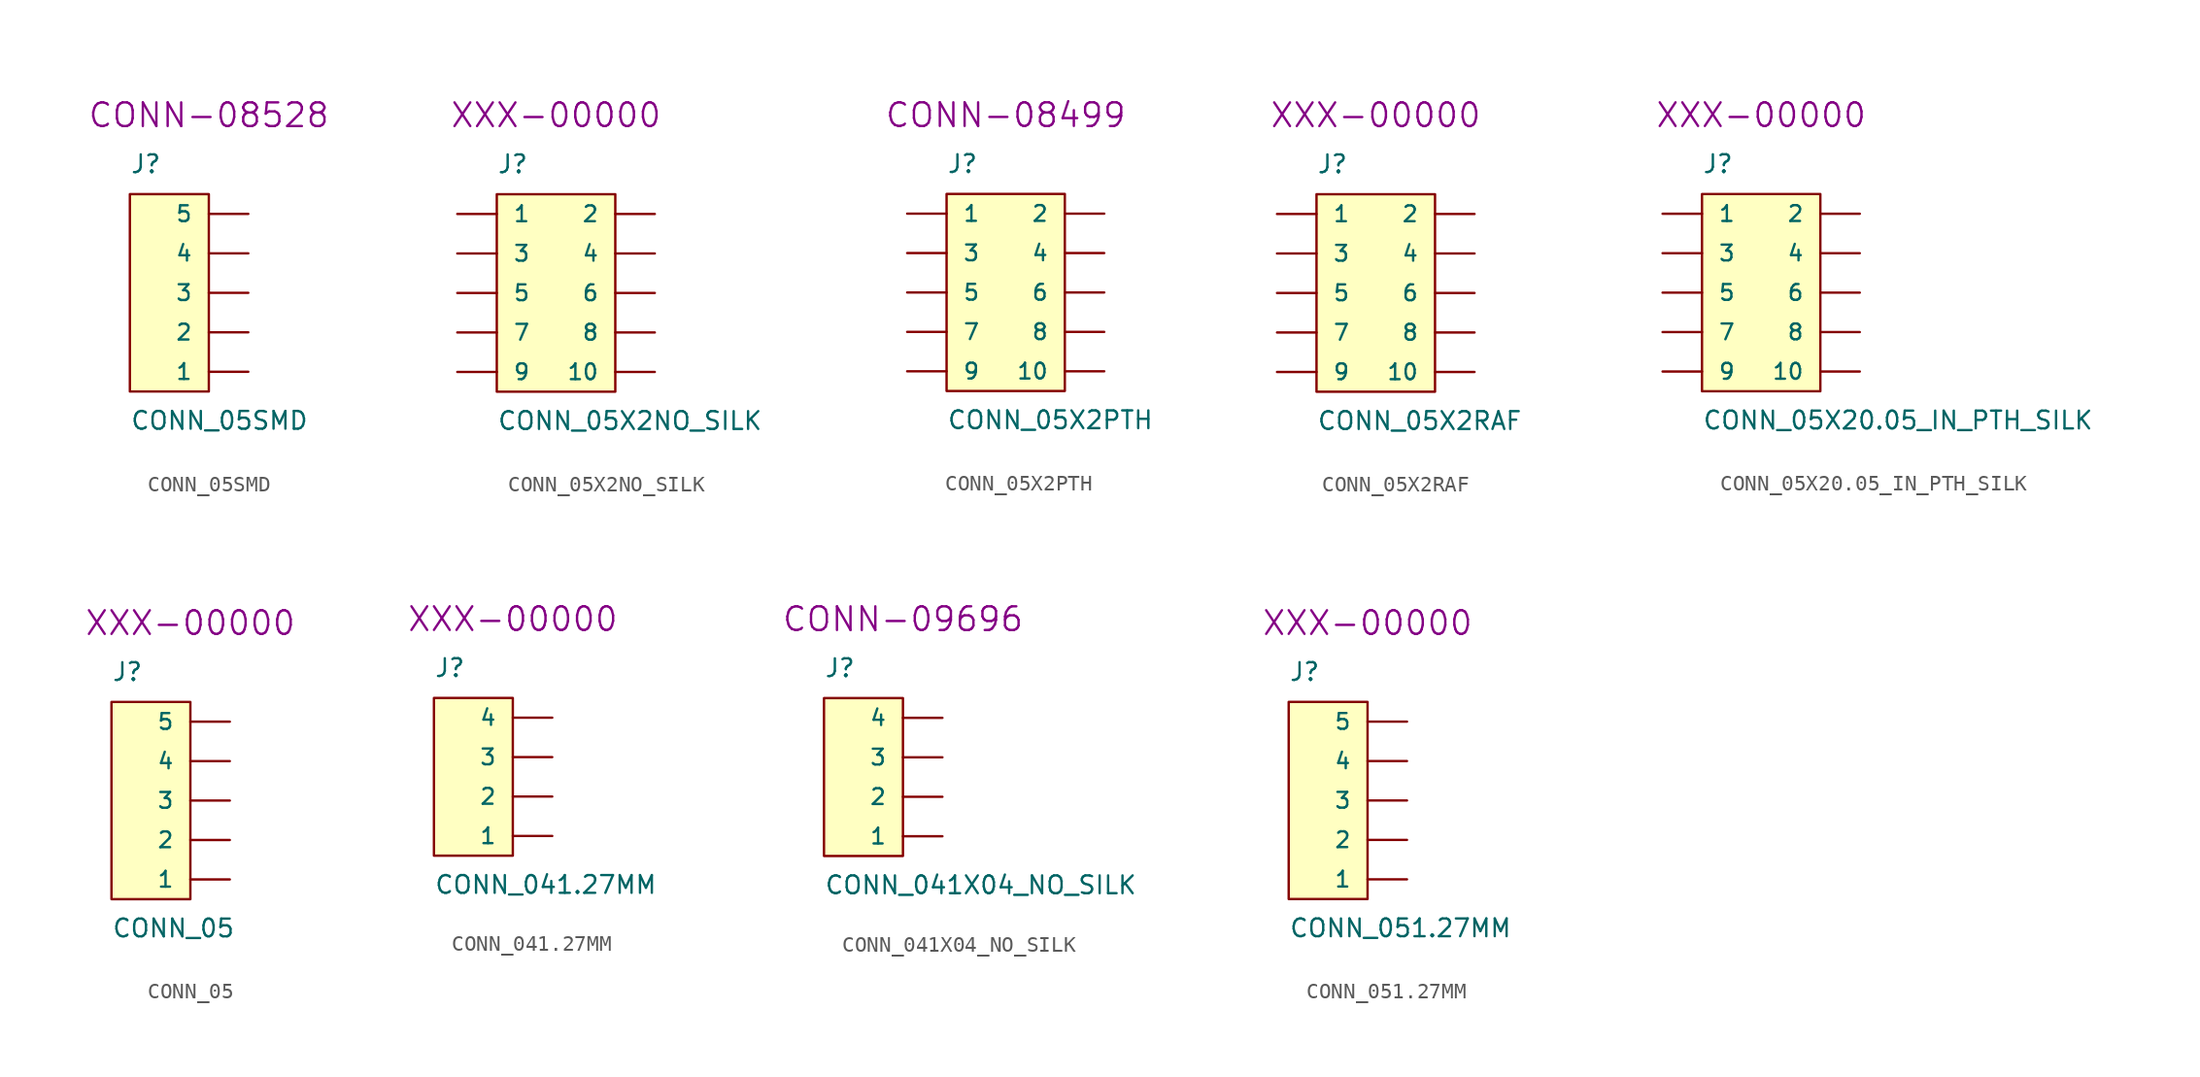
<source format=kicad_sym>
(kicad_symbol_lib
  (version 20220914)
  (generator kicad_symbol_editor)
  (symbol "CONN_05SMD"
    (pin_numbers hide)
    (pin_names
      (offset 1.016))
    (property "Reference" "J"
      (at -5.08 12.7 0)
      (effects (font (size 1.143 1.143)) (justify left bottom)))
    (property "Value" "CONN_05SMD"
      (at -5.08 -3.81 0)
      (effects (font (size 1.143 1.143)) (justify left bottom)))
    (property "Field4" "CONN-08528"
      (at 0 16.51 0)
      (effects (font (size 1.524 1.524))))
    (property "ki_locked" ""
      (at 0 0 0)
      (effects (font (size 1.27 1.27))))
    (symbol "CONN_05SMD_0_1"
      (rectangle (start 0 -1.27) (end -5.08 11.43) (stroke (width 0) (type solid)) (fill (type background))))
    (symbol "CONN_05SMD_1_1"
      (pin passive line (at 2.54 0 180) (length 2.54) (name "1" (effects (font (size 1.016 1.016)))) (number "1" (effects (font (size 1.016 1.016)))))
      (pin passive line (at 2.54 2.54 180) (length 2.54) (name "2" (effects (font (size 1.016 1.016)))) (number "2" (effects (font (size 1.016 1.016)))))
      (pin passive line (at 2.54 5.08 180) (length 2.54) (name "3" (effects (font (size 1.016 1.016)))) (number "3" (effects (font (size 1.016 1.016)))))
      (pin passive line (at 2.54 7.62 180) (length 2.54) (name "4" (effects (font (size 1.016 1.016)))) (number "4" (effects (font (size 1.016 1.016)))))
      (pin passive line (at 2.54 10.16 180) (length 2.54) (name "5" (effects (font (size 1.016 1.016)))) (number "5" (effects (font (size 1.016 1.016)))))))
  (symbol "CONN_05X2NO_SILK"
    (pin_numbers hide)
    (pin_names
      (offset 1.016))
    (property "Reference" "J"
      (at -3.81 7.62 0)
      (effects (font (size 1.143 1.143)) (justify left bottom)))
    (property "Value" "CONN_05X2NO_SILK"
      (at -3.81 -8.89 0)
      (effects (font (size 1.143 1.143)) (justify left bottom)))
    (property "Field4" "XXX-00000"
      (at 0 11.43 0)
      (effects (font (size 1.524 1.524))))
    (property "ki_locked" ""
      (at 0 0 0)
      (effects (font (size 1.27 1.27))))
    (symbol "CONN_05X2NO_SILK_0_1"
      (rectangle (start 3.81 -6.35) (end -3.81 6.35) (stroke (width 0) (type solid)) (fill (type background))))
    (symbol "CONN_05X2NO_SILK_1_1"
      (pin passive line (at -6.35 5.08 0) (length 2.54) (name "1" (effects (font (size 1.016 1.016)))) (number "1" (effects (font (size 1.016 1.016)))))
      (pin passive line (at 6.35 -5.08 180) (length 2.54) (name "10" (effects (font (size 1.016 1.016)))) (number "10" (effects (font (size 1.016 1.016)))))
      (pin passive line (at 6.35 5.08 180) (length 2.54) (name "2" (effects (font (size 1.016 1.016)))) (number "2" (effects (font (size 1.016 1.016)))))
      (pin passive line (at -6.35 2.54 0) (length 2.54) (name "3" (effects (font (size 1.016 1.016)))) (number "3" (effects (font (size 1.016 1.016)))))
      (pin passive line (at 6.35 2.54 180) (length 2.54) (name "4" (effects (font (size 1.016 1.016)))) (number "4" (effects (font (size 1.016 1.016)))))
      (pin passive line (at -6.35 0 0) (length 2.54) (name "5" (effects (font (size 1.016 1.016)))) (number "5" (effects (font (size 1.016 1.016)))))
      (pin passive line (at 6.35 0 180) (length 2.54) (name "6" (effects (font (size 1.016 1.016)))) (number "6" (effects (font (size 1.016 1.016)))))
      (pin passive line (at -6.35 -2.54 0) (length 2.54) (name "7" (effects (font (size 1.016 1.016)))) (number "7" (effects (font (size 1.016 1.016)))))
      (pin passive line (at 6.35 -2.54 180) (length 2.54) (name "8" (effects (font (size 1.016 1.016)))) (number "8" (effects (font (size 1.016 1.016)))))
      (pin passive line (at -6.35 -5.08 0) (length 2.54) (name "9" (effects (font (size 1.016 1.016)))) (number "9" (effects (font (size 1.016 1.016)))))))
  (symbol "CONN_05X2PTH"
    (pin_numbers hide)
    (pin_names
      (offset 1.016))
    (property "Reference" "J"
      (at -3.81 7.62 0)
      (effects (font (size 1.143 1.143)) (justify left bottom)))
    (property "Value" "CONN_05X2PTH"
      (at -3.81 -8.89 0)
      (effects (font (size 1.143 1.143)) (justify left bottom)))
    (property "Field4" "CONN-08499"
      (at 0 11.43 0)
      (effects (font (size 1.524 1.524))))
    (property "ki_locked" ""
      (at 0 0 0)
      (effects (font (size 1.27 1.27))))
    (symbol "CONN_05X2PTH_0_1"
      (rectangle (start 3.81 -6.35) (end -3.81 6.35) (stroke (width 0) (type solid)) (fill (type background))))
    (symbol "CONN_05X2PTH_1_1"
      (pin passive line (at -6.35 5.08 0) (length 2.54) (name "1" (effects (font (size 1.016 1.016)))) (number "1" (effects (font (size 1.016 1.016)))))
      (pin passive line (at 6.35 -5.08 180) (length 2.54) (name "10" (effects (font (size 1.016 1.016)))) (number "10" (effects (font (size 1.016 1.016)))))
      (pin passive line (at 6.35 5.08 180) (length 2.54) (name "2" (effects (font (size 1.016 1.016)))) (number "2" (effects (font (size 1.016 1.016)))))
      (pin passive line (at -6.35 2.54 0) (length 2.54) (name "3" (effects (font (size 1.016 1.016)))) (number "3" (effects (font (size 1.016 1.016)))))
      (pin passive line (at 6.35 2.54 180) (length 2.54) (name "4" (effects (font (size 1.016 1.016)))) (number "4" (effects (font (size 1.016 1.016)))))
      (pin passive line (at -6.35 0 0) (length 2.54) (name "5" (effects (font (size 1.016 1.016)))) (number "5" (effects (font (size 1.016 1.016)))))
      (pin passive line (at 6.35 0 180) (length 2.54) (name "6" (effects (font (size 1.016 1.016)))) (number "6" (effects (font (size 1.016 1.016)))))
      (pin passive line (at -6.35 -2.54 0) (length 2.54) (name "7" (effects (font (size 1.016 1.016)))) (number "7" (effects (font (size 1.016 1.016)))))
      (pin passive line (at 6.35 -2.54 180) (length 2.54) (name "8" (effects (font (size 1.016 1.016)))) (number "8" (effects (font (size 1.016 1.016)))))
      (pin passive line (at -6.35 -5.08 0) (length 2.54) (name "9" (effects (font (size 1.016 1.016)))) (number "9" (effects (font (size 1.016 1.016)))))))
  (symbol "CONN_05X2RAF"
    (pin_numbers hide)
    (pin_names
      (offset 1.016))
    (property "Reference" "J"
      (at -3.81 7.62 0)
      (effects (font (size 1.143 1.143)) (justify left bottom)))
    (property "Value" "CONN_05X2RAF"
      (at -3.81 -8.89 0)
      (effects (font (size 1.143 1.143)) (justify left bottom)))
    (property "Field4" "XXX-00000"
      (at 0 11.43 0)
      (effects (font (size 1.524 1.524))))
    (property "ki_locked" ""
      (at 0 0 0)
      (effects (font (size 1.27 1.27))))
    (symbol "CONN_05X2RAF_0_1"
      (rectangle (start 3.81 -6.35) (end -3.81 6.35) (stroke (width 0) (type solid)) (fill (type background))))
    (symbol "CONN_05X2RAF_1_1"
      (pin passive line (at -6.35 5.08 0) (length 2.54) (name "1" (effects (font (size 1.016 1.016)))) (number "1" (effects (font (size 1.016 1.016)))))
      (pin passive line (at 6.35 -5.08 180) (length 2.54) (name "10" (effects (font (size 1.016 1.016)))) (number "10" (effects (font (size 1.016 1.016)))))
      (pin passive line (at 6.35 5.08 180) (length 2.54) (name "2" (effects (font (size 1.016 1.016)))) (number "2" (effects (font (size 1.016 1.016)))))
      (pin passive line (at -6.35 2.54 0) (length 2.54) (name "3" (effects (font (size 1.016 1.016)))) (number "3" (effects (font (size 1.016 1.016)))))
      (pin passive line (at 6.35 2.54 180) (length 2.54) (name "4" (effects (font (size 1.016 1.016)))) (number "4" (effects (font (size 1.016 1.016)))))
      (pin passive line (at -6.35 0 0) (length 2.54) (name "5" (effects (font (size 1.016 1.016)))) (number "5" (effects (font (size 1.016 1.016)))))
      (pin passive line (at 6.35 0 180) (length 2.54) (name "6" (effects (font (size 1.016 1.016)))) (number "6" (effects (font (size 1.016 1.016)))))
      (pin passive line (at -6.35 -2.54 0) (length 2.54) (name "7" (effects (font (size 1.016 1.016)))) (number "7" (effects (font (size 1.016 1.016)))))
      (pin passive line (at 6.35 -2.54 180) (length 2.54) (name "8" (effects (font (size 1.016 1.016)))) (number "8" (effects (font (size 1.016 1.016)))))
      (pin passive line (at -6.35 -5.08 0) (length 2.54) (name "9" (effects (font (size 1.016 1.016)))) (number "9" (effects (font (size 1.016 1.016)))))))
  (symbol "CONN_05X20.05_IN_PTH_SILK"
    (pin_numbers hide)
    (pin_names
      (offset 1.016))
    (property "Reference" "J"
      (at -3.81 7.62 0)
      (effects (font (size 1.143 1.143)) (justify left bottom)))
    (property "Value" "CONN_05X20.05_IN_PTH_SILK"
      (at -3.81 -8.89 0)
      (effects (font (size 1.143 1.143)) (justify left bottom)))
    (property "Field4" "XXX-00000"
      (at 0 11.43 0)
      (effects (font (size 1.524 1.524))))
    (property "ki_locked" ""
      (at 0 0 0)
      (effects (font (size 1.27 1.27))))
    (symbol "CONN_05X20.05_IN_PTH_SILK_0_1"
      (rectangle (start 3.81 -6.35) (end -3.81 6.35) (stroke (width 0) (type solid)) (fill (type background))))
    (symbol "CONN_05X20.05_IN_PTH_SILK_1_1"
      (pin passive line (at -6.35 5.08 0) (length 2.54) (name "1" (effects (font (size 1.016 1.016)))) (number "1" (effects (font (size 1.016 1.016)))))
      (pin passive line (at 6.35 -5.08 180) (length 2.54) (name "10" (effects (font (size 1.016 1.016)))) (number "10" (effects (font (size 1.016 1.016)))))
      (pin passive line (at 6.35 5.08 180) (length 2.54) (name "2" (effects (font (size 1.016 1.016)))) (number "2" (effects (font (size 1.016 1.016)))))
      (pin passive line (at -6.35 2.54 0) (length 2.54) (name "3" (effects (font (size 1.016 1.016)))) (number "3" (effects (font (size 1.016 1.016)))))
      (pin passive line (at 6.35 2.54 180) (length 2.54) (name "4" (effects (font (size 1.016 1.016)))) (number "4" (effects (font (size 1.016 1.016)))))
      (pin passive line (at -6.35 0 0) (length 2.54) (name "5" (effects (font (size 1.016 1.016)))) (number "5" (effects (font (size 1.016 1.016)))))
      (pin passive line (at 6.35 0 180) (length 2.54) (name "6" (effects (font (size 1.016 1.016)))) (number "6" (effects (font (size 1.016 1.016)))))
      (pin passive line (at -6.35 -2.54 0) (length 2.54) (name "7" (effects (font (size 1.016 1.016)))) (number "7" (effects (font (size 1.016 1.016)))))
      (pin passive line (at 6.35 -2.54 180) (length 2.54) (name "8" (effects (font (size 1.016 1.016)))) (number "8" (effects (font (size 1.016 1.016)))))
      (pin passive line (at -6.35 -5.08 0) (length 2.54) (name "9" (effects (font (size 1.016 1.016)))) (number "9" (effects (font (size 1.016 1.016)))))))
  (symbol "CONN_05"
    (pin_numbers hide)
    (pin_names
      (offset 1.016))
    (property "Reference" "J"
      (at -5.08 12.7 0)
      (effects (font (size 1.143 1.143)) (justify left bottom)))
    (property "Value" "CONN_05"
      (at -5.08 -3.81 0)
      (effects (font (size 1.143 1.143)) (justify left bottom)))
    (property "Field4" "XXX-00000"
      (at 0 16.51 0)
      (effects (font (size 1.524 1.524))))
    (property "ki_locked" ""
      (at 0 0 0)
      (effects (font (size 1.27 1.27))))
    (symbol "CONN_05_0_1"
      (rectangle (start 0 -1.27) (end -5.08 11.43) (stroke (width 0) (type solid)) (fill (type background))))
    (symbol "CONN_05_1_1"
      (pin passive line (at 2.54 0 180) (length 2.54) (name "1" (effects (font (size 1.016 1.016)))) (number "1" (effects (font (size 1.016 1.016)))))
      (pin passive line (at 2.54 2.54 180) (length 2.54) (name "2" (effects (font (size 1.016 1.016)))) (number "2" (effects (font (size 1.016 1.016)))))
      (pin passive line (at 2.54 5.08 180) (length 2.54) (name "3" (effects (font (size 1.016 1.016)))) (number "3" (effects (font (size 1.016 1.016)))))
      (pin passive line (at 2.54 7.62 180) (length 2.54) (name "4" (effects (font (size 1.016 1.016)))) (number "4" (effects (font (size 1.016 1.016)))))
      (pin passive line (at 2.54 10.16 180) (length 2.54) (name "5" (effects (font (size 1.016 1.016)))) (number "5" (effects (font (size 1.016 1.016)))))))
  (symbol "CONN_041.27MM"
    (pin_numbers hide)
    (pin_names
      (offset 1.016))
    (property "Reference" "J"
      (at -5.08 10.16 0)
      (effects (font (size 1.143 1.143)) (justify left bottom)))
    (property "Value" "CONN_041.27MM"
      (at -5.08 -3.81 0)
      (effects (font (size 1.143 1.143)) (justify left bottom)))
    (property "Field4" "XXX-00000"
      (at 0 13.97 0)
      (effects (font (size 1.524 1.524))))
    (property "ki_locked" ""
      (at 0 0 0)
      (effects (font (size 1.27 1.27))))
    (symbol "CONN_041.27MM_0_1"
      (rectangle (start 0 -1.27) (end -5.08 8.89) (stroke (width 0) (type solid)) (fill (type background))))
    (symbol "CONN_041.27MM_1_1"
      (pin passive line (at 2.54 0 180) (length 2.54) (name "1" (effects (font (size 1.016 1.016)))) (number "1" (effects (font (size 1.016 1.016)))))
      (pin passive line (at 2.54 2.54 180) (length 2.54) (name "2" (effects (font (size 1.016 1.016)))) (number "2" (effects (font (size 1.016 1.016)))))
      (pin passive line (at 2.54 5.08 180) (length 2.54) (name "3" (effects (font (size 1.016 1.016)))) (number "3" (effects (font (size 1.016 1.016)))))
      (pin passive line (at 2.54 7.62 180) (length 2.54) (name "4" (effects (font (size 1.016 1.016)))) (number "4" (effects (font (size 1.016 1.016)))))))
  (symbol "CONN_041X04_NO_SILK"
    (pin_numbers hide)
    (pin_names
      (offset 1.016))
    (property "Reference" "J"
      (at -5.08 10.16 0)
      (effects (font (size 1.143 1.143)) (justify left bottom)))
    (property "Value" "CONN_041X04_NO_SILK"
      (at -5.08 -3.81 0)
      (effects (font (size 1.143 1.143)) (justify left bottom)))
    (property "Field4" "CONN-09696"
      (at 0 13.97 0)
      (effects (font (size 1.524 1.524))))
    (property "ki_locked" ""
      (at 0 0 0)
      (effects (font (size 1.27 1.27))))
    (symbol "CONN_041X04_NO_SILK_0_1"
      (rectangle (start 0 -1.27) (end -5.08 8.89) (stroke (width 0) (type solid)) (fill (type background))))
    (symbol "CONN_041X04_NO_SILK_1_1"
      (pin passive line (at 2.54 0 180) (length 2.54) (name "1" (effects (font (size 1.016 1.016)))) (number "1" (effects (font (size 1.016 1.016)))))
      (pin passive line (at 2.54 2.54 180) (length 2.54) (name "2" (effects (font (size 1.016 1.016)))) (number "2" (effects (font (size 1.016 1.016)))))
      (pin passive line (at 2.54 5.08 180) (length 2.54) (name "3" (effects (font (size 1.016 1.016)))) (number "3" (effects (font (size 1.016 1.016)))))
      (pin passive line (at 2.54 7.62 180) (length 2.54) (name "4" (effects (font (size 1.016 1.016)))) (number "4" (effects (font (size 1.016 1.016)))))))
  (symbol "CONN_051.27MM"
    (pin_numbers hide)
    (pin_names
      (offset 1.016))
    (property "Reference" "J"
      (at -5.08 12.7 0)
      (effects (font (size 1.143 1.143)) (justify left bottom)))
    (property "Value" "CONN_051.27MM"
      (at -5.08 -3.81 0)
      (effects (font (size 1.143 1.143)) (justify left bottom)))
    (property "Field4" "XXX-00000"
      (at 0 16.51 0)
      (effects (font (size 1.524 1.524))))
    (property "ki_locked" ""
      (at 0 0 0)
      (effects (font (size 1.27 1.27))))
    (symbol "CONN_051.27MM_0_1"
      (rectangle (start 0 -1.27) (end -5.08 11.43) (stroke (width 0) (type solid)) (fill (type background))))
    (symbol "CONN_051.27MM_1_1"
      (pin passive line (at 2.54 0 180) (length 2.54) (name "1" (effects (font (size 1.016 1.016)))) (number "1" (effects (font (size 1.016 1.016)))))
      (pin passive line (at 2.54 2.54 180) (length 2.54) (name "2" (effects (font (size 1.016 1.016)))) (number "2" (effects (font (size 1.016 1.016)))))
      (pin passive line (at 2.54 5.08 180) (length 2.54) (name "3" (effects (font (size 1.016 1.016)))) (number "3" (effects (font (size 1.016 1.016)))))
      (pin passive line (at 2.54 7.62 180) (length 2.54) (name "4" (effects (font (size 1.016 1.016)))) (number "4" (effects (font (size 1.016 1.016)))))
      (pin passive line (at 2.54 10.16 180) (length 2.54) (name "5" (effects (font (size 1.016 1.016)))) (number "5" (effects (font (size 1.016 1.016))))))))
</source>
